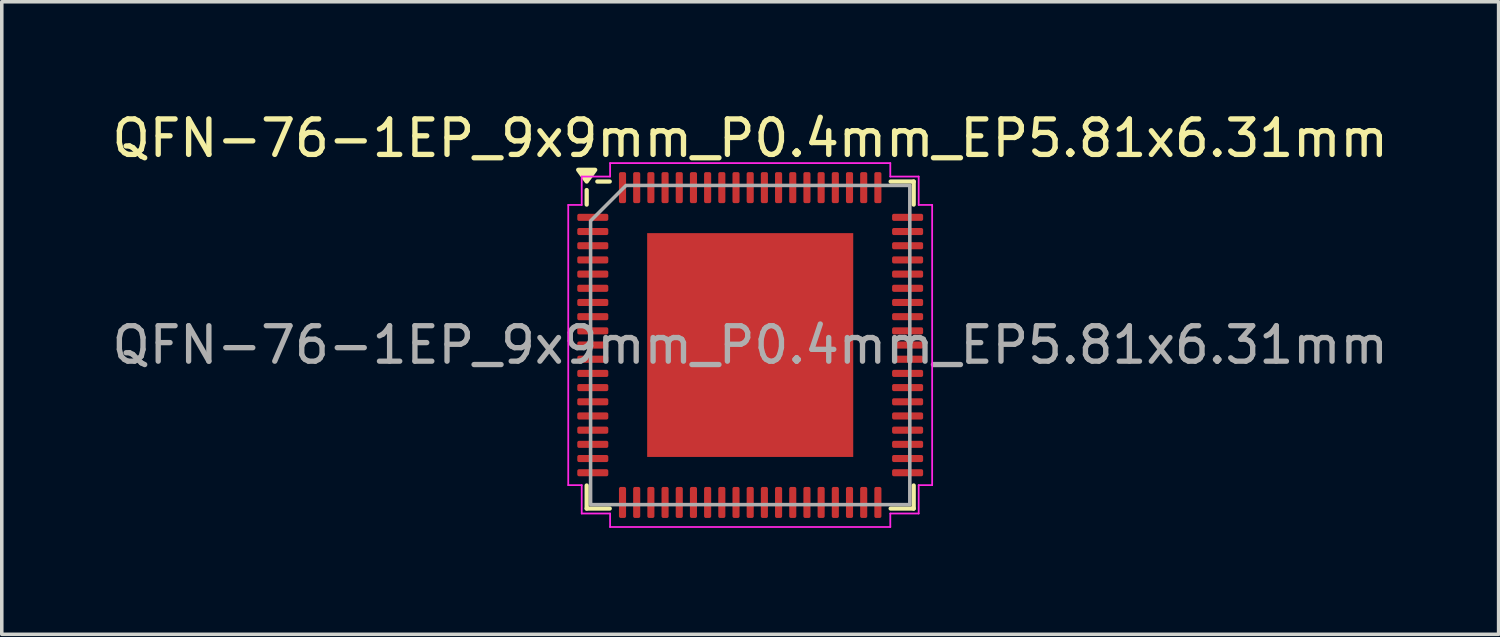
<source format=kicad_pcb>
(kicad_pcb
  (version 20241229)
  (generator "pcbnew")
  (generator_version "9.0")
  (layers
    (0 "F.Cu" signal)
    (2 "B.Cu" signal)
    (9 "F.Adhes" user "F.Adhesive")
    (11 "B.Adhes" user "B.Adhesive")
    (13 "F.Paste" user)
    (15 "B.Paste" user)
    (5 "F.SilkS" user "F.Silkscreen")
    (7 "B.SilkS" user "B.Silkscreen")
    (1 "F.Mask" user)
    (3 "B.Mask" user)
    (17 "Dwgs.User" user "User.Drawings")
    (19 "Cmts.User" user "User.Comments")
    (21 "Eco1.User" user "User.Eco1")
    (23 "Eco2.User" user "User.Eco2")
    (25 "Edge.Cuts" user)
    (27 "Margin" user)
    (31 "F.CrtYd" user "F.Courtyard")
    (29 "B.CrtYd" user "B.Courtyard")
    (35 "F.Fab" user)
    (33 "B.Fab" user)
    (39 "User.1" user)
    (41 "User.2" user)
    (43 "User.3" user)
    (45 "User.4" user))
  (footprint "QFN-76-1EP_9x9mm_P0.4mm_EP5.81x6.31mm"
    (layer "F.Cu")
    (at 18.101 6.678)
    (property "Reference" "QFN-76-1EP_9x9mm_P0.4mm_EP5.81x6.31mm" (at 0 -5.83 0) (layer "F.SilkS") (effects (font (size 1 1) (thickness 0.15))))
    (attr smd)
    (fp_line (start -4.61 -3.96) (end -4.61 -4.37) (stroke (width 0.12) (type solid)) (layer "F.SilkS"))
    (fp_line (start -4.61 4.61) (end -4.61 3.96) (stroke (width 0.12) (type solid)) (layer "F.SilkS"))
    (fp_line (start -3.96 -4.61) (end -4.31 -4.61) (stroke (width 0.12) (type solid)) (layer "F.SilkS"))
    (fp_line (start -3.96 4.61) (end -4.61 4.61) (stroke (width 0.12) (type solid)) (layer "F.SilkS"))
    (fp_line (start 3.96 -4.61) (end 4.61 -4.61) (stroke (width 0.12) (type solid)) (layer "F.SilkS"))
    (fp_line (start 3.96 4.61) (end 4.61 4.61) (stroke (width 0.12) (type solid)) (layer "F.SilkS"))
    (fp_line (start 4.61 -4.61) (end 4.61 -3.96) (stroke (width 0.12) (type solid)) (layer "F.SilkS"))
    (fp_line (start 4.61 4.61) (end 4.61 3.96) (stroke (width 0.12) (type solid)) (layer "F.SilkS"))
    (fp_poly (pts (xy -4.61 -4.61) (xy -4.85 -4.94) (xy -4.37 -4.94)) (stroke (width 0.12) (type solid)) (fill yes) (layer "F.SilkS"))
    (fp_line (start -5.13 -3.95) (end -4.75 -3.95) (stroke (width 0.05) (type solid)) (layer "F.CrtYd"))
    (fp_line (start -5.13 3.95) (end -5.13 -3.95) (stroke (width 0.05) (type solid)) (layer "F.CrtYd"))
    (fp_line (start -4.75 -4.75) (end -3.95 -4.75) (stroke (width 0.05) (type solid)) (layer "F.CrtYd"))
    (fp_line (start -4.75 -3.95) (end -4.75 -4.75) (stroke (width 0.05) (type solid)) (layer "F.CrtYd"))
    (fp_line (start -4.75 3.95) (end -5.13 3.95) (stroke (width 0.05) (type solid)) (layer "F.CrtYd"))
    (fp_line (start -4.75 4.75) (end -4.75 3.95) (stroke (width 0.05) (type solid)) (layer "F.CrtYd"))
    (fp_line (start -3.95 -5.13) (end 3.95 -5.13) (stroke (width 0.05) (type solid)) (layer "F.CrtYd"))
    (fp_line (start -3.95 -4.75) (end -3.95 -5.13) (stroke (width 0.05) (type solid)) (layer "F.CrtYd"))
    (fp_line (start -3.95 4.75) (end -4.75 4.75) (stroke (width 0.05) (type solid)) (layer "F.CrtYd"))
    (fp_line (start -3.95 5.13) (end -3.95 4.75) (stroke (width 0.05) (type solid)) (layer "F.CrtYd"))
    (fp_line (start 3.95 -5.13) (end 3.95 -4.75) (stroke (width 0.05) (type solid)) (layer "F.CrtYd"))
    (fp_line (start 3.95 -4.75) (end 4.75 -4.75) (stroke (width 0.05) (type solid)) (layer "F.CrtYd"))
    (fp_line (start 3.95 4.75) (end 3.95 5.13) (stroke (width 0.05) (type solid)) (layer "F.CrtYd"))
    (fp_line (start 3.95 5.13) (end -3.95 5.13) (stroke (width 0.05) (type solid)) (layer "F.CrtYd"))
    (fp_line (start 4.75 -4.75) (end 4.75 -3.95) (stroke (width 0.05) (type solid)) (layer "F.CrtYd"))
    (fp_line (start 4.75 -3.95) (end 5.13 -3.95) (stroke (width 0.05) (type solid)) (layer "F.CrtYd"))
    (fp_line (start 4.75 3.95) (end 4.75 4.75) (stroke (width 0.05) (type solid)) (layer "F.CrtYd"))
    (fp_line (start 4.75 4.75) (end 3.95 4.75) (stroke (width 0.05) (type solid)) (layer "F.CrtYd"))
    (fp_line (start 5.13 -3.95) (end 5.13 3.95) (stroke (width 0.05) (type solid)) (layer "F.CrtYd"))
    (fp_line (start 5.13 3.95) (end 4.75 3.95) (stroke (width 0.05) (type solid)) (layer "F.CrtYd"))
    (fp_poly (pts (xy -4.5 -3.5) (xy -4.5 4.5) (xy 4.5 4.5) (xy 4.5 -4.5) (xy -3.5 -4.5)) (stroke (width 0.1) (type solid)) (fill no) (layer "F.Fab"))
    (fp_text user "${REFERENCE}" (at 0 0 0) (layer "F.Fab") (effects (font (size 1 1) (thickness 0.15))))
    (pad "" smd roundrect (at -1.94 -2.1) (size 1.56 1.7) (layers "F.Paste") (roundrect_rratio 0.16))
    (pad "" smd roundrect (at -1.94 0) (size 1.56 1.7) (layers "F.Paste") (roundrect_rratio 0.16))
    (pad "" smd roundrect (at -1.94 2.1) (size 1.56 1.7) (layers "F.Paste") (roundrect_rratio 0.16))
    (pad "" smd roundrect (at 0 -2.1) (size 1.56 1.7) (layers "F.Paste") (roundrect_rratio 0.16))
    (pad "" smd roundrect (at 0 0) (size 1.56 1.7) (layers "F.Paste") (roundrect_rratio 0.16))
    (pad "" smd roundrect (at 0 2.1) (size 1.56 1.7) (layers "F.Paste") (roundrect_rratio 0.16))
    (pad "" smd roundrect (at 1.94 -2.1) (size 1.56 1.7) (layers "F.Paste") (roundrect_rratio 0.16))
    (pad "" smd roundrect (at 1.94 0) (size 1.56 1.7) (layers "F.Paste") (roundrect_rratio 0.16))
    (pad "" smd roundrect (at 1.94 2.1) (size 1.56 1.7) (layers "F.Paste") (roundrect_rratio 0.16))
    (pad "1" smd roundrect (at -4.438 -3.6) (size 0.875 0.2) (layers "F.Cu" "F.Mask" "F.Paste") (roundrect_rratio 0.25))
    (pad "2" smd roundrect (at -4.438 -3.2) (size 0.875 0.2) (layers "F.Cu" "F.Mask" "F.Paste") (roundrect_rratio 0.25))
    (pad "3" smd roundrect (at -4.438 -2.8) (size 0.875 0.2) (layers "F.Cu" "F.Mask" "F.Paste") (roundrect_rratio 0.25))
    (pad "4" smd roundrect (at -4.438 -2.4) (size 0.875 0.2) (layers "F.Cu" "F.Mask" "F.Paste") (roundrect_rratio 0.25))
    (pad "5" smd roundrect (at -4.438 -2) (size 0.875 0.2) (layers "F.Cu" "F.Mask" "F.Paste") (roundrect_rratio 0.25))
    (pad "6" smd roundrect (at -4.438 -1.6) (size 0.875 0.2) (layers "F.Cu" "F.Mask" "F.Paste") (roundrect_rratio 0.25))
    (pad "7" smd roundrect (at -4.438 -1.2) (size 0.875 0.2) (layers "F.Cu" "F.Mask" "F.Paste") (roundrect_rratio 0.25))
    (pad "8" smd roundrect (at -4.438 -0.8) (size 0.875 0.2) (layers "F.Cu" "F.Mask" "F.Paste") (roundrect_rratio 0.25))
    (pad "9" smd roundrect (at -4.438 -0.4) (size 0.875 0.2) (layers "F.Cu" "F.Mask" "F.Paste") (roundrect_rratio 0.25))
    (pad "10" smd roundrect (at -4.438 0) (size 0.875 0.2) (layers "F.Cu" "F.Mask" "F.Paste") (roundrect_rratio 0.25))
    (pad "11" smd roundrect (at -4.438 0.4) (size 0.875 0.2) (layers "F.Cu" "F.Mask" "F.Paste") (roundrect_rratio 0.25))
    (pad "12" smd roundrect (at -4.438 0.8) (size 0.875 0.2) (layers "F.Cu" "F.Mask" "F.Paste") (roundrect_rratio 0.25))
    (pad "13" smd roundrect (at -4.438 1.2) (size 0.875 0.2) (layers "F.Cu" "F.Mask" "F.Paste") (roundrect_rratio 0.25))
    (pad "14" smd roundrect (at -4.438 1.6) (size 0.875 0.2) (layers "F.Cu" "F.Mask" "F.Paste") (roundrect_rratio 0.25))
    (pad "15" smd roundrect (at -4.438 2) (size 0.875 0.2) (layers "F.Cu" "F.Mask" "F.Paste") (roundrect_rratio 0.25))
    (pad "16" smd roundrect (at -4.438 2.4) (size 0.875 0.2) (layers "F.Cu" "F.Mask" "F.Paste") (roundrect_rratio 0.25))
    (pad "17" smd roundrect (at -4.438 2.8) (size 0.875 0.2) (layers "F.Cu" "F.Mask" "F.Paste") (roundrect_rratio 0.25))
    (pad "18" smd roundrect (at -4.438 3.2) (size 0.875 0.2) (layers "F.Cu" "F.Mask" "F.Paste") (roundrect_rratio 0.25))
    (pad "19" smd roundrect (at -4.438 3.6) (size 0.875 0.2) (layers "F.Cu" "F.Mask" "F.Paste") (roundrect_rratio 0.25))
    (pad "20" smd roundrect (at -3.6 4.438) (size 0.2 0.875) (layers "F.Cu" "F.Mask" "F.Paste") (roundrect_rratio 0.25))
    (pad "21" smd roundrect (at -3.2 4.438) (size 0.2 0.875) (layers "F.Cu" "F.Mask" "F.Paste") (roundrect_rratio 0.25))
    (pad "22" smd roundrect (at -2.8 4.438) (size 0.2 0.875) (layers "F.Cu" "F.Mask" "F.Paste") (roundrect_rratio 0.25))
    (pad "23" smd roundrect (at -2.4 4.438) (size 0.2 0.875) (layers "F.Cu" "F.Mask" "F.Paste") (roundrect_rratio 0.25))
    (pad "24" smd roundrect (at -2 4.438) (size 0.2 0.875) (layers "F.Cu" "F.Mask" "F.Paste") (roundrect_rratio 0.25))
    (pad "25" smd roundrect (at -1.6 4.438) (size 0.2 0.875) (layers "F.Cu" "F.Mask" "F.Paste") (roundrect_rratio 0.25))
    (pad "26" smd roundrect (at -1.2 4.438) (size 0.2 0.875) (layers "F.Cu" "F.Mask" "F.Paste") (roundrect_rratio 0.25))
    (pad "27" smd roundrect (at -0.8 4.438) (size 0.2 0.875) (layers "F.Cu" "F.Mask" "F.Paste") (roundrect_rratio 0.25))
    (pad "28" smd roundrect (at -0.4 4.438) (size 0.2 0.875) (layers "F.Cu" "F.Mask" "F.Paste") (roundrect_rratio 0.25))
    (pad "29" smd roundrect (at 0 4.438) (size 0.2 0.875) (layers "F.Cu" "F.Mask" "F.Paste") (roundrect_rratio 0.25))
    (pad "30" smd roundrect (at 0.4 4.438) (size 0.2 0.875) (layers "F.Cu" "F.Mask" "F.Paste") (roundrect_rratio 0.25))
    (pad "31" smd roundrect (at 0.8 4.438) (size 0.2 0.875) (layers "F.Cu" "F.Mask" "F.Paste") (roundrect_rratio 0.25))
    (pad "32" smd roundrect (at 1.2 4.438) (size 0.2 0.875) (layers "F.Cu" "F.Mask" "F.Paste") (roundrect_rratio 0.25))
    (pad "33" smd roundrect (at 1.6 4.438) (size 0.2 0.875) (layers "F.Cu" "F.Mask" "F.Paste") (roundrect_rratio 0.25))
    (pad "34" smd roundrect (at 2 4.438) (size 0.2 0.875) (layers "F.Cu" "F.Mask" "F.Paste") (roundrect_rratio 0.25))
    (pad "35" smd roundrect (at 2.4 4.438) (size 0.2 0.875) (layers "F.Cu" "F.Mask" "F.Paste") (roundrect_rratio 0.25))
    (pad "36" smd roundrect (at 2.8 4.438) (size 0.2 0.875) (layers "F.Cu" "F.Mask" "F.Paste") (roundrect_rratio 0.25))
    (pad "37" smd roundrect (at 3.2 4.438) (size 0.2 0.875) (layers "F.Cu" "F.Mask" "F.Paste") (roundrect_rratio 0.25))
    (pad "38" smd roundrect (at 3.6 4.438) (size 0.2 0.875) (layers "F.Cu" "F.Mask" "F.Paste") (roundrect_rratio 0.25))
    (pad "39" smd roundrect (at 4.438 3.6) (size 0.875 0.2) (layers "F.Cu" "F.Mask" "F.Paste") (roundrect_rratio 0.25))
    (pad "40" smd roundrect (at 4.438 3.2) (size 0.875 0.2) (layers "F.Cu" "F.Mask" "F.Paste") (roundrect_rratio 0.25))
    (pad "41" smd roundrect (at 4.438 2.8) (size 0.875 0.2) (layers "F.Cu" "F.Mask" "F.Paste") (roundrect_rratio 0.25))
    (pad "42" smd roundrect (at 4.438 2.4) (size 0.875 0.2) (layers "F.Cu" "F.Mask" "F.Paste") (roundrect_rratio 0.25))
    (pad "43" smd roundrect (at 4.438 2) (size 0.875 0.2) (layers "F.Cu" "F.Mask" "F.Paste") (roundrect_rratio 0.25))
    (pad "44" smd roundrect (at 4.438 1.6) (size 0.875 0.2) (layers "F.Cu" "F.Mask" "F.Paste") (roundrect_rratio 0.25))
    (pad "45" smd roundrect (at 4.438 1.2) (size 0.875 0.2) (layers "F.Cu" "F.Mask" "F.Paste") (roundrect_rratio 0.25))
    (pad "46" smd roundrect (at 4.438 0.8) (size 0.875 0.2) (layers "F.Cu" "F.Mask" "F.Paste") (roundrect_rratio 0.25))
    (pad "47" smd roundrect (at 4.438 0.4) (size 0.875 0.2) (layers "F.Cu" "F.Mask" "F.Paste") (roundrect_rratio 0.25))
    (pad "48" smd roundrect (at 4.438 0) (size 0.875 0.2) (layers "F.Cu" "F.Mask" "F.Paste") (roundrect_rratio 0.25))
    (pad "49" smd roundrect (at 4.438 -0.4) (size 0.875 0.2) (layers "F.Cu" "F.Mask" "F.Paste") (roundrect_rratio 0.25))
    (pad "50" smd roundrect (at 4.438 -0.8) (size 0.875 0.2) (layers "F.Cu" "F.Mask" "F.Paste") (roundrect_rratio 0.25))
    (pad "51" smd roundrect (at 4.438 -1.2) (size 0.875 0.2) (layers "F.Cu" "F.Mask" "F.Paste") (roundrect_rratio 0.25))
    (pad "52" smd roundrect (at 4.438 -1.6) (size 0.875 0.2) (layers "F.Cu" "F.Mask" "F.Paste") (roundrect_rratio 0.25))
    (pad "53" smd roundrect (at 4.438 -2) (size 0.875 0.2) (layers "F.Cu" "F.Mask" "F.Paste") (roundrect_rratio 0.25))
    (pad "54" smd roundrect (at 4.438 -2.4) (size 0.875 0.2) (layers "F.Cu" "F.Mask" "F.Paste") (roundrect_rratio 0.25))
    (pad "55" smd roundrect (at 4.438 -2.8) (size 0.875 0.2) (layers "F.Cu" "F.Mask" "F.Paste") (roundrect_rratio 0.25))
    (pad "56" smd roundrect (at 4.438 -3.2) (size 0.875 0.2) (layers "F.Cu" "F.Mask" "F.Paste") (roundrect_rratio 0.25))
    (pad "57" smd roundrect (at 4.438 -3.6) (size 0.875 0.2) (layers "F.Cu" "F.Mask" "F.Paste") (roundrect_rratio 0.25))
    (pad "58" smd roundrect (at 3.6 -4.438) (size 0.2 0.875) (layers "F.Cu" "F.Mask" "F.Paste") (roundrect_rratio 0.25))
    (pad "59" smd roundrect (at 3.2 -4.438) (size 0.2 0.875) (layers "F.Cu" "F.Mask" "F.Paste") (roundrect_rratio 0.25))
    (pad "60" smd roundrect (at 2.8 -4.438) (size 0.2 0.875) (layers "F.Cu" "F.Mask" "F.Paste") (roundrect_rratio 0.25))
    (pad "61" smd roundrect (at 2.4 -4.438) (size 0.2 0.875) (layers "F.Cu" "F.Mask" "F.Paste") (roundrect_rratio 0.25))
    (pad "62" smd roundrect (at 2 -4.438) (size 0.2 0.875) (layers "F.Cu" "F.Mask" "F.Paste") (roundrect_rratio 0.25))
    (pad "63" smd roundrect (at 1.6 -4.438) (size 0.2 0.875) (layers "F.Cu" "F.Mask" "F.Paste") (roundrect_rratio 0.25))
    (pad "64" smd roundrect (at 1.2 -4.438) (size 0.2 0.875) (layers "F.Cu" "F.Mask" "F.Paste") (roundrect_rratio 0.25))
    (pad "65" smd roundrect (at 0.8 -4.438) (size 0.2 0.875) (layers "F.Cu" "F.Mask" "F.Paste") (roundrect_rratio 0.25))
    (pad "66" smd roundrect (at 0.4 -4.438) (size 0.2 0.875) (layers "F.Cu" "F.Mask" "F.Paste") (roundrect_rratio 0.25))
    (pad "67" smd roundrect (at 0 -4.438) (size 0.2 0.875) (layers "F.Cu" "F.Mask" "F.Paste") (roundrect_rratio 0.25))
    (pad "68" smd roundrect (at -0.4 -4.438) (size 0.2 0.875) (layers "F.Cu" "F.Mask" "F.Paste") (roundrect_rratio 0.25))
    (pad "69" smd roundrect (at -0.8 -4.438) (size 0.2 0.875) (layers "F.Cu" "F.Mask" "F.Paste") (roundrect_rratio 0.25))
    (pad "70" smd roundrect (at -1.2 -4.438) (size 0.2 0.875) (layers "F.Cu" "F.Mask" "F.Paste") (roundrect_rratio 0.25))
    (pad "71" smd roundrect (at -1.6 -4.438) (size 0.2 0.875) (layers "F.Cu" "F.Mask" "F.Paste") (roundrect_rratio 0.25))
    (pad "72" smd roundrect (at -2 -4.438) (size 0.2 0.875) (layers "F.Cu" "F.Mask" "F.Paste") (roundrect_rratio 0.25))
    (pad "73" smd roundrect (at -2.4 -4.438) (size 0.2 0.875) (layers "F.Cu" "F.Mask" "F.Paste") (roundrect_rratio 0.25))
    (pad "74" smd roundrect (at -2.8 -4.438) (size 0.2 0.875) (layers "F.Cu" "F.Mask" "F.Paste") (roundrect_rratio 0.25))
    (pad "75" smd roundrect (at -3.2 -4.438) (size 0.2 0.875) (layers "F.Cu" "F.Mask" "F.Paste") (roundrect_rratio 0.25))
    (pad "76" smd roundrect (at -3.6 -4.438) (size 0.2 0.875) (layers "F.Cu" "F.Mask" "F.Paste") (roundrect_rratio 0.25))
    (pad "77" smd rect (at 0 0) (size 5.81 6.31) (property pad_prop_heatsink) (layers "F.Cu" "F.Mask")))
  (gr_rect
    (start -3 -3)
    (end 39.202 14.833)
    (stroke (width 0.1) (type default))
    (fill no)
    (layer "Edge.Cuts")))
</source>
